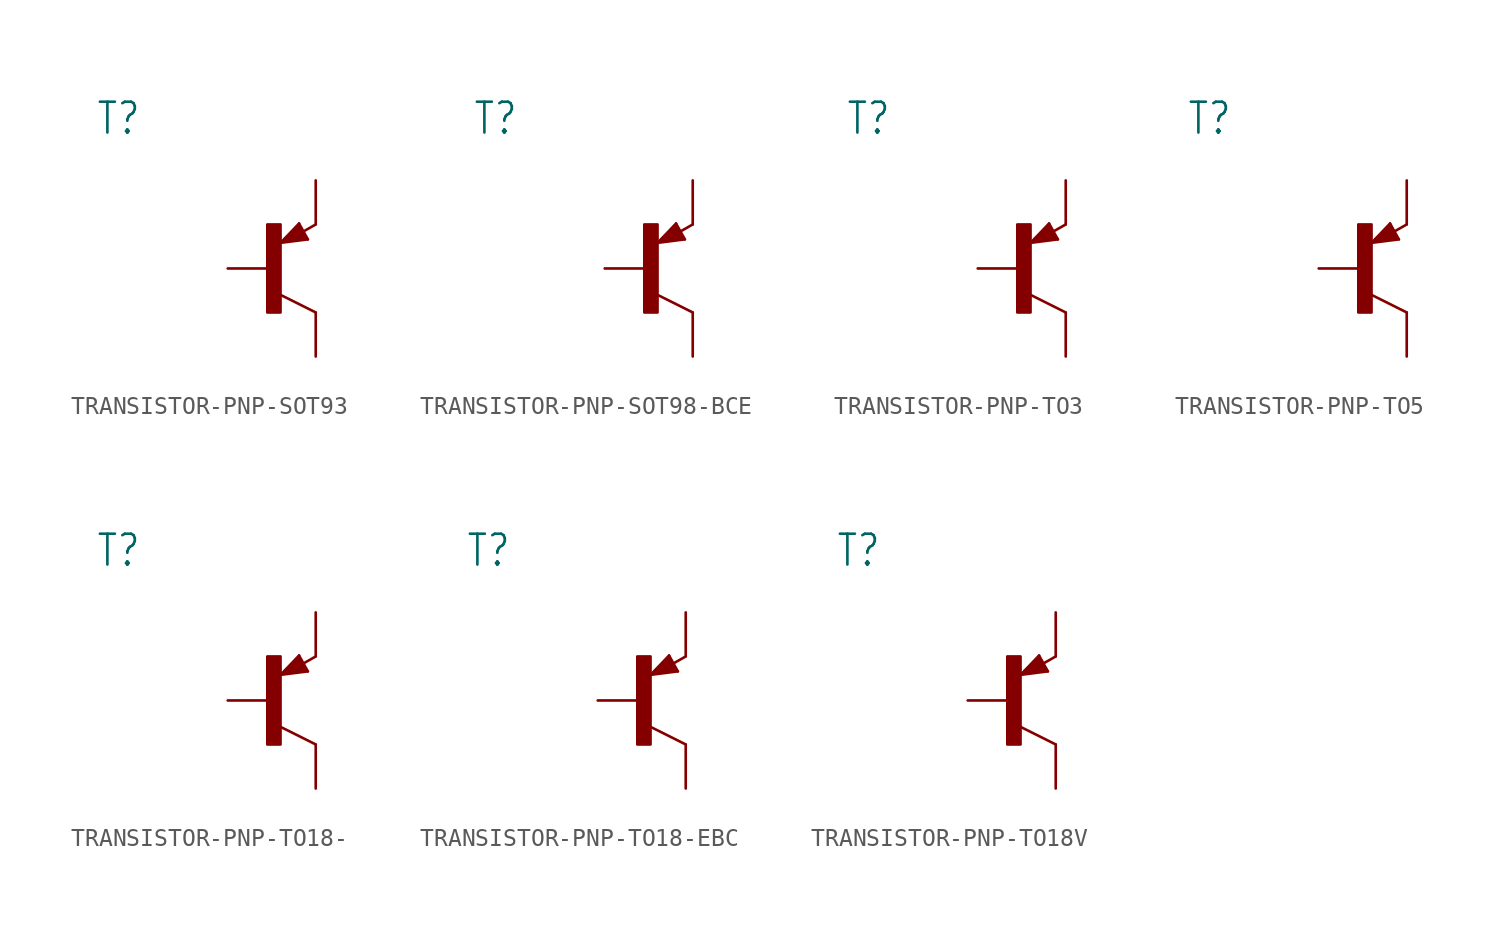
<source format=kicad_sym>
(kicad_symbol_lib
  (version 20231120)
  (generator "kicad_symbol_editor")
  (generator_version "8.0")
  (symbol "TRANSISTOR-PNP-SOT93"
    (property "Reference" "T"
      (at -10.16 7.62 0)
      (effects (font (size 1.778 1.511)) (justify left bottom)))
    (property "Value" ""
      (at -10.16 5.08 0)
      (effects (font (size 1.778 1.511)) (justify left bottom)))
    (property "ki_locked" ""
      (at 0 0 0)
      (effects (font (size 1.27 1.27))))
    (symbol "TRANSISTOR-PNP-SOT93_1_0"
      (rectangle (start -0.254 -2.54) (end 0.508 2.54) (stroke (width 0) (type default)) (fill (type outline)))
      (polyline (pts (xy 0.516 1.478) (xy 2.086 1.678)) (stroke (width 0.152) (type solid)) (fill (type none)))
      (polyline (pts (xy 0.762 1.651) (xy 1.778 1.778)) (stroke (width 0.254) (type solid)) (fill (type none)))
      (polyline (pts (xy 1.143 1.905) (xy 1.524 1.905)) (stroke (width 0.254) (type solid)) (fill (type none)))
      (polyline (pts (xy 1.524 2.159) (xy 1.143 1.905)) (stroke (width 0.254) (type solid)) (fill (type none)))
      (polyline (pts (xy 1.524 2.413) (xy 0.762 1.651)) (stroke (width 0.254) (type solid)) (fill (type none)))
      (polyline (pts (xy 1.578 2.594) (xy 0.516 1.478)) (stroke (width 0.152) (type solid)) (fill (type none)))
      (polyline (pts (xy 1.778 1.778) (xy 1.524 2.159)) (stroke (width 0.254) (type solid)) (fill (type none)))
      (polyline (pts (xy 1.905 1.778) (xy 1.524 2.413)) (stroke (width 0.254) (type solid)) (fill (type none)))
      (polyline (pts (xy 2.086 1.678) (xy 1.578 2.594)) (stroke (width 0.152) (type solid)) (fill (type none)))
      (polyline (pts (xy 2.54 -2.54) (xy 0.508 -1.524)) (stroke (width 0.152) (type solid)) (fill (type none)))
      (polyline (pts (xy 2.54 2.54) (xy 1.808 2.124)) (stroke (width 0.152) (type solid)) (fill (type none)))
      (pin passive line (at -2.54 0 0) (length 2.54) (name "B" (effects (font (size 0 0)))) (number "B" (effects (font (size 0 0)))))
      (pin passive line (at 2.54 -5.08 90) (length 2.54) (name "C" (effects (font (size 0 0)))) (number "C" (effects (font (size 0 0)))))
      (pin passive line (at 2.54 5.08 270) (length 2.54) (name "E" (effects (font (size 0 0)))) (number "E" (effects (font (size 0 0)))))))
  (symbol "TRANSISTOR-PNP-SOT98-BCE"
    (property "Reference" "T"
      (at -10.16 7.62 0)
      (effects (font (size 1.778 1.511)) (justify left bottom)))
    (property "Value" ""
      (at -10.16 5.08 0)
      (effects (font (size 1.778 1.511)) (justify left bottom)))
    (property "ki_locked" ""
      (at 0 0 0)
      (effects (font (size 1.27 1.27))))
    (symbol "TRANSISTOR-PNP-SOT98-BCE_1_0"
      (rectangle (start -0.254 -2.54) (end 0.508 2.54) (stroke (width 0) (type default)) (fill (type outline)))
      (polyline (pts (xy 0.516 1.478) (xy 2.086 1.678)) (stroke (width 0.152) (type solid)) (fill (type none)))
      (polyline (pts (xy 0.762 1.651) (xy 1.778 1.778)) (stroke (width 0.254) (type solid)) (fill (type none)))
      (polyline (pts (xy 1.143 1.905) (xy 1.524 1.905)) (stroke (width 0.254) (type solid)) (fill (type none)))
      (polyline (pts (xy 1.524 2.159) (xy 1.143 1.905)) (stroke (width 0.254) (type solid)) (fill (type none)))
      (polyline (pts (xy 1.524 2.413) (xy 0.762 1.651)) (stroke (width 0.254) (type solid)) (fill (type none)))
      (polyline (pts (xy 1.578 2.594) (xy 0.516 1.478)) (stroke (width 0.152) (type solid)) (fill (type none)))
      (polyline (pts (xy 1.778 1.778) (xy 1.524 2.159)) (stroke (width 0.254) (type solid)) (fill (type none)))
      (polyline (pts (xy 1.905 1.778) (xy 1.524 2.413)) (stroke (width 0.254) (type solid)) (fill (type none)))
      (polyline (pts (xy 2.086 1.678) (xy 1.578 2.594)) (stroke (width 0.152) (type solid)) (fill (type none)))
      (polyline (pts (xy 2.54 -2.54) (xy 0.508 -1.524)) (stroke (width 0.152) (type solid)) (fill (type none)))
      (polyline (pts (xy 2.54 2.54) (xy 1.808 2.124)) (stroke (width 0.152) (type solid)) (fill (type none)))
      (pin passive line (at -2.54 0 0) (length 2.54) (name "B" (effects (font (size 0 0)))) (number "B" (effects (font (size 0 0)))))
      (pin passive line (at 2.54 -5.08 90) (length 2.54) (name "C" (effects (font (size 0 0)))) (number "C" (effects (font (size 0 0)))))
      (pin passive line (at 2.54 5.08 270) (length 2.54) (name "E" (effects (font (size 0 0)))) (number "E" (effects (font (size 0 0)))))))
  (symbol "TRANSISTOR-PNP-TO3"
    (property "Reference" "T"
      (at -10.16 7.62 0)
      (effects (font (size 1.778 1.511)) (justify left bottom)))
    (property "Value" ""
      (at -10.16 5.08 0)
      (effects (font (size 1.778 1.511)) (justify left bottom)))
    (property "ki_locked" ""
      (at 0 0 0)
      (effects (font (size 1.27 1.27))))
    (symbol "TRANSISTOR-PNP-TO3_1_0"
      (rectangle (start -0.254 -2.54) (end 0.508 2.54) (stroke (width 0) (type default)) (fill (type outline)))
      (polyline (pts (xy 0.516 1.478) (xy 2.086 1.678)) (stroke (width 0.152) (type solid)) (fill (type none)))
      (polyline (pts (xy 0.762 1.651) (xy 1.778 1.778)) (stroke (width 0.254) (type solid)) (fill (type none)))
      (polyline (pts (xy 1.143 1.905) (xy 1.524 1.905)) (stroke (width 0.254) (type solid)) (fill (type none)))
      (polyline (pts (xy 1.524 2.159) (xy 1.143 1.905)) (stroke (width 0.254) (type solid)) (fill (type none)))
      (polyline (pts (xy 1.524 2.413) (xy 0.762 1.651)) (stroke (width 0.254) (type solid)) (fill (type none)))
      (polyline (pts (xy 1.578 2.594) (xy 0.516 1.478)) (stroke (width 0.152) (type solid)) (fill (type none)))
      (polyline (pts (xy 1.778 1.778) (xy 1.524 2.159)) (stroke (width 0.254) (type solid)) (fill (type none)))
      (polyline (pts (xy 1.905 1.778) (xy 1.524 2.413)) (stroke (width 0.254) (type solid)) (fill (type none)))
      (polyline (pts (xy 2.086 1.678) (xy 1.578 2.594)) (stroke (width 0.152) (type solid)) (fill (type none)))
      (polyline (pts (xy 2.54 -2.54) (xy 0.508 -1.524)) (stroke (width 0.152) (type solid)) (fill (type none)))
      (polyline (pts (xy 2.54 2.54) (xy 1.808 2.124)) (stroke (width 0.152) (type solid)) (fill (type none)))
      (pin passive line (at -2.54 0 0) (length 2.54) (name "B" (effects (font (size 0 0)))) (number "B" (effects (font (size 0 0)))))
      (pin passive line (at 2.54 -5.08 90) (length 2.54) (name "C" (effects (font (size 0 0)))) (number "C" (effects (font (size 0 0)))))
      (pin passive line (at 2.54 5.08 270) (length 2.54) (name "E" (effects (font (size 0 0)))) (number "E" (effects (font (size 0 0)))))))
  (symbol "TRANSISTOR-PNP-TO5"
    (property "Reference" "T"
      (at -10.16 7.62 0)
      (effects (font (size 1.778 1.511)) (justify left bottom)))
    (property "Value" ""
      (at -10.16 5.08 0)
      (effects (font (size 1.778 1.511)) (justify left bottom)))
    (property "ki_locked" ""
      (at 0 0 0)
      (effects (font (size 1.27 1.27))))
    (symbol "TRANSISTOR-PNP-TO5_1_0"
      (rectangle (start -0.254 -2.54) (end 0.508 2.54) (stroke (width 0) (type default)) (fill (type outline)))
      (polyline (pts (xy 0.516 1.478) (xy 2.086 1.678)) (stroke (width 0.152) (type solid)) (fill (type none)))
      (polyline (pts (xy 0.762 1.651) (xy 1.778 1.778)) (stroke (width 0.254) (type solid)) (fill (type none)))
      (polyline (pts (xy 1.143 1.905) (xy 1.524 1.905)) (stroke (width 0.254) (type solid)) (fill (type none)))
      (polyline (pts (xy 1.524 2.159) (xy 1.143 1.905)) (stroke (width 0.254) (type solid)) (fill (type none)))
      (polyline (pts (xy 1.524 2.413) (xy 0.762 1.651)) (stroke (width 0.254) (type solid)) (fill (type none)))
      (polyline (pts (xy 1.578 2.594) (xy 0.516 1.478)) (stroke (width 0.152) (type solid)) (fill (type none)))
      (polyline (pts (xy 1.778 1.778) (xy 1.524 2.159)) (stroke (width 0.254) (type solid)) (fill (type none)))
      (polyline (pts (xy 1.905 1.778) (xy 1.524 2.413)) (stroke (width 0.254) (type solid)) (fill (type none)))
      (polyline (pts (xy 2.086 1.678) (xy 1.578 2.594)) (stroke (width 0.152) (type solid)) (fill (type none)))
      (polyline (pts (xy 2.54 -2.54) (xy 0.508 -1.524)) (stroke (width 0.152) (type solid)) (fill (type none)))
      (polyline (pts (xy 2.54 2.54) (xy 1.808 2.124)) (stroke (width 0.152) (type solid)) (fill (type none)))
      (pin passive line (at 2.54 5.08 270) (length 2.54) (name "E" (effects (font (size 0 0)))) (number "1" (effects (font (size 0 0)))))
      (pin passive line (at -2.54 0 0) (length 2.54) (name "B" (effects (font (size 0 0)))) (number "2" (effects (font (size 0 0)))))
      (pin passive line (at 2.54 -5.08 90) (length 2.54) (name "C" (effects (font (size 0 0)))) (number "3" (effects (font (size 0 0)))))))
  (symbol "TRANSISTOR-PNP-TO18-"
    (property "Reference" "T"
      (at -10.16 7.62 0)
      (effects (font (size 1.778 1.511)) (justify left bottom)))
    (property "Value" ""
      (at -10.16 5.08 0)
      (effects (font (size 1.778 1.511)) (justify left bottom)))
    (property "ki_locked" ""
      (at 0 0 0)
      (effects (font (size 1.27 1.27))))
    (symbol "TRANSISTOR-PNP-TO18-_1_0"
      (rectangle (start -0.254 -2.54) (end 0.508 2.54) (stroke (width 0) (type default)) (fill (type outline)))
      (polyline (pts (xy 0.516 1.478) (xy 2.086 1.678)) (stroke (width 0.152) (type solid)) (fill (type none)))
      (polyline (pts (xy 0.762 1.651) (xy 1.778 1.778)) (stroke (width 0.254) (type solid)) (fill (type none)))
      (polyline (pts (xy 1.143 1.905) (xy 1.524 1.905)) (stroke (width 0.254) (type solid)) (fill (type none)))
      (polyline (pts (xy 1.524 2.159) (xy 1.143 1.905)) (stroke (width 0.254) (type solid)) (fill (type none)))
      (polyline (pts (xy 1.524 2.413) (xy 0.762 1.651)) (stroke (width 0.254) (type solid)) (fill (type none)))
      (polyline (pts (xy 1.578 2.594) (xy 0.516 1.478)) (stroke (width 0.152) (type solid)) (fill (type none)))
      (polyline (pts (xy 1.778 1.778) (xy 1.524 2.159)) (stroke (width 0.254) (type solid)) (fill (type none)))
      (polyline (pts (xy 1.905 1.778) (xy 1.524 2.413)) (stroke (width 0.254) (type solid)) (fill (type none)))
      (polyline (pts (xy 2.086 1.678) (xy 1.578 2.594)) (stroke (width 0.152) (type solid)) (fill (type none)))
      (polyline (pts (xy 2.54 -2.54) (xy 0.508 -1.524)) (stroke (width 0.152) (type solid)) (fill (type none)))
      (polyline (pts (xy 2.54 2.54) (xy 1.808 2.124)) (stroke (width 0.152) (type solid)) (fill (type none)))
      (pin passive line (at 2.54 5.08 270) (length 2.54) (name "E" (effects (font (size 0 0)))) (number "1" (effects (font (size 0 0)))))
      (pin passive line (at -2.54 0 0) (length 2.54) (name "B" (effects (font (size 0 0)))) (number "2" (effects (font (size 0 0)))))
      (pin passive line (at 2.54 -5.08 90) (length 2.54) (name "C" (effects (font (size 0 0)))) (number "3" (effects (font (size 0 0)))))))
  (symbol "TRANSISTOR-PNP-TO18-EBC"
    (property "Reference" "T"
      (at -10.16 7.62 0)
      (effects (font (size 1.778 1.511)) (justify left bottom)))
    (property "Value" ""
      (at -10.16 5.08 0)
      (effects (font (size 1.778 1.511)) (justify left bottom)))
    (property "ki_locked" ""
      (at 0 0 0)
      (effects (font (size 1.27 1.27))))
    (symbol "TRANSISTOR-PNP-TO18-EBC_1_0"
      (rectangle (start -0.254 -2.54) (end 0.508 2.54) (stroke (width 0) (type default)) (fill (type outline)))
      (polyline (pts (xy 0.516 1.478) (xy 2.086 1.678)) (stroke (width 0.152) (type solid)) (fill (type none)))
      (polyline (pts (xy 0.762 1.651) (xy 1.778 1.778)) (stroke (width 0.254) (type solid)) (fill (type none)))
      (polyline (pts (xy 1.143 1.905) (xy 1.524 1.905)) (stroke (width 0.254) (type solid)) (fill (type none)))
      (polyline (pts (xy 1.524 2.159) (xy 1.143 1.905)) (stroke (width 0.254) (type solid)) (fill (type none)))
      (polyline (pts (xy 1.524 2.413) (xy 0.762 1.651)) (stroke (width 0.254) (type solid)) (fill (type none)))
      (polyline (pts (xy 1.578 2.594) (xy 0.516 1.478)) (stroke (width 0.152) (type solid)) (fill (type none)))
      (polyline (pts (xy 1.778 1.778) (xy 1.524 2.159)) (stroke (width 0.254) (type solid)) (fill (type none)))
      (polyline (pts (xy 1.905 1.778) (xy 1.524 2.413)) (stroke (width 0.254) (type solid)) (fill (type none)))
      (polyline (pts (xy 2.086 1.678) (xy 1.578 2.594)) (stroke (width 0.152) (type solid)) (fill (type none)))
      (polyline (pts (xy 2.54 -2.54) (xy 0.508 -1.524)) (stroke (width 0.152) (type solid)) (fill (type none)))
      (polyline (pts (xy 2.54 2.54) (xy 1.808 2.124)) (stroke (width 0.152) (type solid)) (fill (type none)))
      (pin passive line (at 2.54 5.08 270) (length 2.54) (name "E" (effects (font (size 0 0)))) (number "1" (effects (font (size 0 0)))))
      (pin passive line (at -2.54 0 0) (length 2.54) (name "B" (effects (font (size 0 0)))) (number "2" (effects (font (size 0 0)))))
      (pin passive line (at 2.54 -5.08 90) (length 2.54) (name "C" (effects (font (size 0 0)))) (number "3" (effects (font (size 0 0)))))))
  (symbol "TRANSISTOR-PNP-TO18V"
    (property "Reference" "T"
      (at -10.16 7.62 0)
      (effects (font (size 1.778 1.511)) (justify left bottom)))
    (property "Value" ""
      (at -10.16 5.08 0)
      (effects (font (size 1.778 1.511)) (justify left bottom)))
    (property "ki_locked" ""
      (at 0 0 0)
      (effects (font (size 1.27 1.27))))
    (symbol "TRANSISTOR-PNP-TO18V_1_0"
      (rectangle (start -0.254 -2.54) (end 0.508 2.54) (stroke (width 0) (type default)) (fill (type outline)))
      (polyline (pts (xy 0.516 1.478) (xy 2.086 1.678)) (stroke (width 0.152) (type solid)) (fill (type none)))
      (polyline (pts (xy 0.762 1.651) (xy 1.778 1.778)) (stroke (width 0.254) (type solid)) (fill (type none)))
      (polyline (pts (xy 1.143 1.905) (xy 1.524 1.905)) (stroke (width 0.254) (type solid)) (fill (type none)))
      (polyline (pts (xy 1.524 2.159) (xy 1.143 1.905)) (stroke (width 0.254) (type solid)) (fill (type none)))
      (polyline (pts (xy 1.524 2.413) (xy 0.762 1.651)) (stroke (width 0.254) (type solid)) (fill (type none)))
      (polyline (pts (xy 1.578 2.594) (xy 0.516 1.478)) (stroke (width 0.152) (type solid)) (fill (type none)))
      (polyline (pts (xy 1.778 1.778) (xy 1.524 2.159)) (stroke (width 0.254) (type solid)) (fill (type none)))
      (polyline (pts (xy 1.905 1.778) (xy 1.524 2.413)) (stroke (width 0.254) (type solid)) (fill (type none)))
      (polyline (pts (xy 2.086 1.678) (xy 1.578 2.594)) (stroke (width 0.152) (type solid)) (fill (type none)))
      (polyline (pts (xy 2.54 -2.54) (xy 0.508 -1.524)) (stroke (width 0.152) (type solid)) (fill (type none)))
      (polyline (pts (xy 2.54 2.54) (xy 1.808 2.124)) (stroke (width 0.152) (type solid)) (fill (type none)))
      (pin passive line (at 2.54 5.08 270) (length 2.54) (name "E" (effects (font (size 0 0)))) (number "1" (effects (font (size 0 0)))))
      (pin passive line (at -2.54 0 0) (length 2.54) (name "B" (effects (font (size 0 0)))) (number "2" (effects (font (size 0 0)))))
      (pin passive line (at 2.54 -5.08 90) (length 2.54) (name "C" (effects (font (size 0 0)))) (number "3" (effects (font (size 0 0))))))))
</source>
